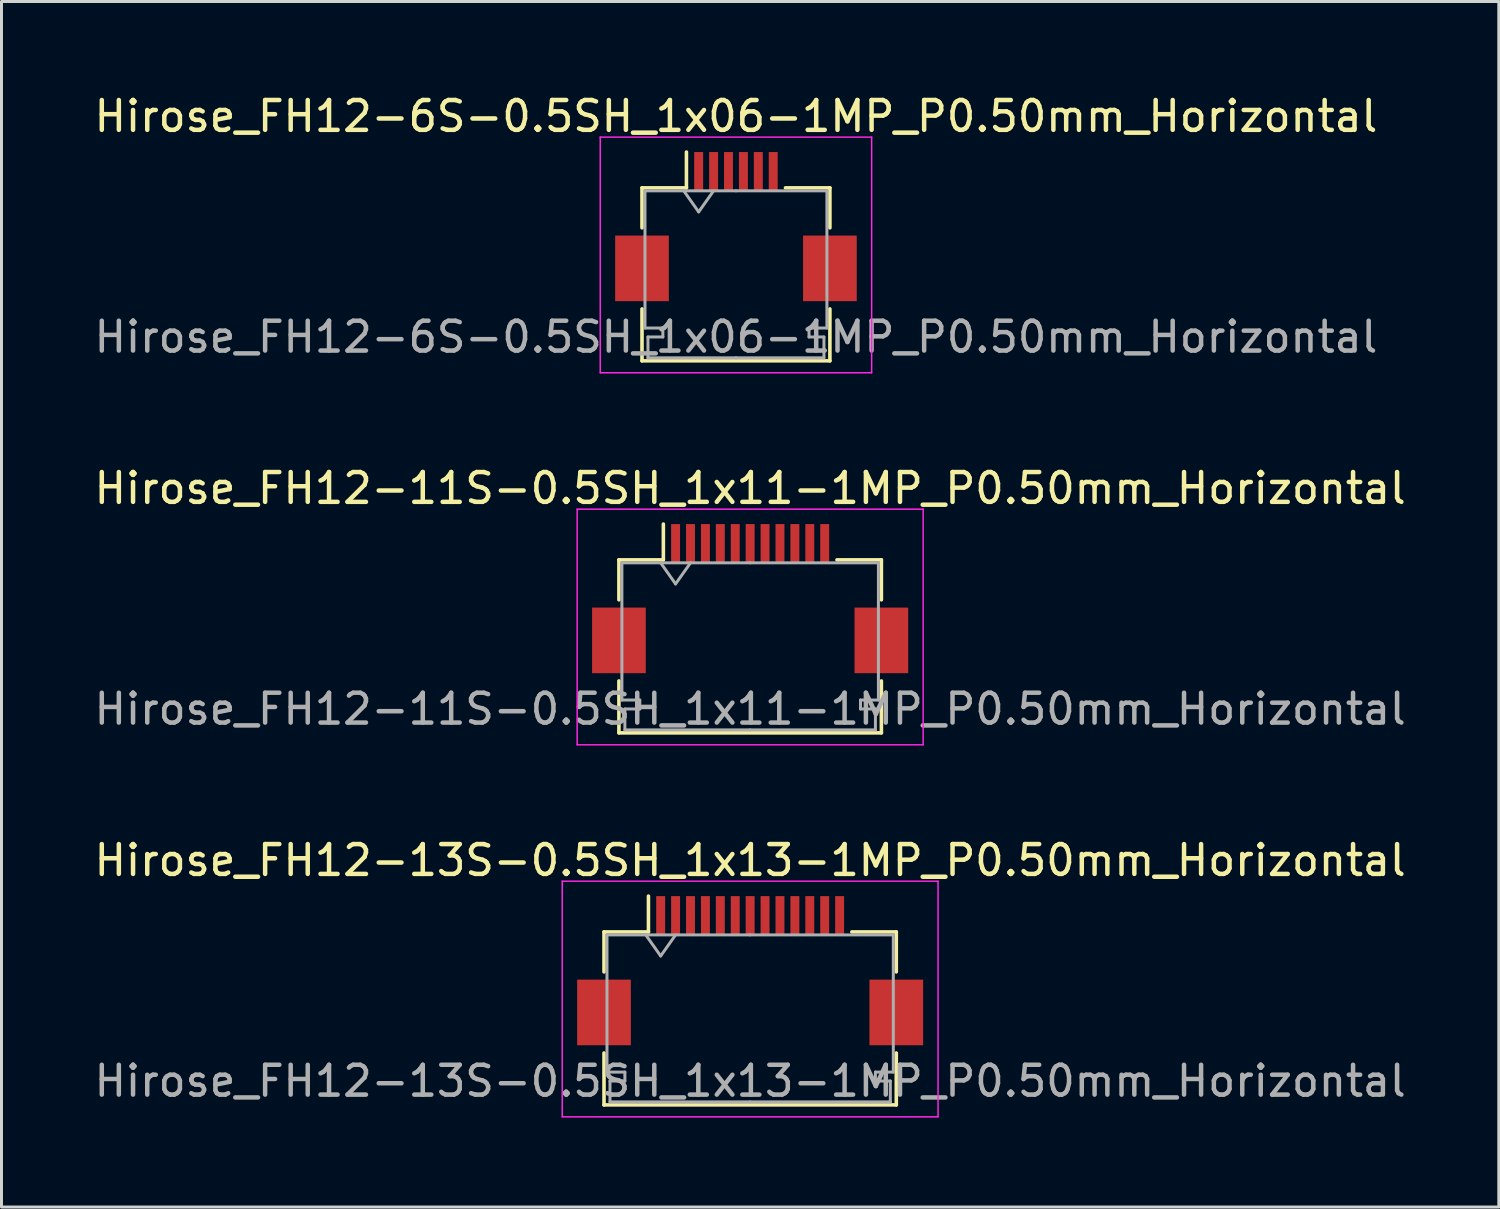
<source format=kicad_pcb>
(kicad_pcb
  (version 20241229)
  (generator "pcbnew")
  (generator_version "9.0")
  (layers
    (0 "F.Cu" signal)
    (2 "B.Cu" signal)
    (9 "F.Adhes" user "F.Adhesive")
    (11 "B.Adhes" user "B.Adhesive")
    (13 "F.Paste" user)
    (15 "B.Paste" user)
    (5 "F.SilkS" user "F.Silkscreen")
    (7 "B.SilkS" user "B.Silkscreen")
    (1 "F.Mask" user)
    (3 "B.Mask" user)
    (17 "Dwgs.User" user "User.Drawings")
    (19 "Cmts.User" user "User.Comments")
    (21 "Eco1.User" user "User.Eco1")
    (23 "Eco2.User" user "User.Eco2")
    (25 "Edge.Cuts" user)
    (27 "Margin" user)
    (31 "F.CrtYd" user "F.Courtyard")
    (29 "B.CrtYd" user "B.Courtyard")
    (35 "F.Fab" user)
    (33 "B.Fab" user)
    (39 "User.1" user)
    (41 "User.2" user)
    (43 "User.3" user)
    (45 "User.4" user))
  (footprint "Hirose_FH12-13S-0.5SH_1x13-1MP_P0.50mm_Horizontal"
    (layer "F.Cu")
    (at 22.101 29.495)
    (property "Reference" "Hirose_FH12-13S-0.5SH_1x13-1MP_P0.50mm_Horizontal" (at 0 -3.7 0) (layer "F.SilkS") (effects (font (size 1 1) (thickness 0.15))))
    (attr smd)
    (fp_line (start -4.9 -1.3) (end -4.9 0.04) (stroke (width 0.12) (type solid)) (layer "F.SilkS"))
    (fp_line (start -4.9 2.76) (end -4.9 4.5) (stroke (width 0.12) (type solid)) (layer "F.SilkS"))
    (fp_line (start -4.9 4.5) (end 4.9 4.5) (stroke (width 0.12) (type solid)) (layer "F.SilkS"))
    (fp_line (start -3.41 -1.3) (end -4.9 -1.3) (stroke (width 0.12) (type solid)) (layer "F.SilkS"))
    (fp_line (start -3.41 -1.3) (end -3.41 -2.5) (stroke (width 0.12) (type solid)) (layer "F.SilkS"))
    (fp_line (start 3.41 -1.3) (end 4.9 -1.3) (stroke (width 0.12) (type solid)) (layer "F.SilkS"))
    (fp_line (start 4.9 -1.3) (end 4.9 0.04) (stroke (width 0.12) (type solid)) (layer "F.SilkS"))
    (fp_line (start 4.9 4.5) (end 4.9 2.76) (stroke (width 0.12) (type solid)) (layer "F.SilkS"))
    (fp_line (start -6.3 -3) (end -6.3 4.9) (stroke (width 0.05) (type solid)) (layer "F.CrtYd"))
    (fp_line (start -6.3 4.9) (end 6.3 4.9) (stroke (width 0.05) (type solid)) (layer "F.CrtYd"))
    (fp_line (start 6.3 -3) (end -6.3 -3) (stroke (width 0.05) (type solid)) (layer "F.CrtYd"))
    (fp_line (start 6.3 4.9) (end 6.3 -3) (stroke (width 0.05) (type solid)) (layer "F.CrtYd"))
    (fp_line (start -4.8 -1.2) (end -4.8 3.4) (stroke (width 0.1) (type solid)) (layer "F.Fab"))
    (fp_line (start -4.8 3.4) (end -4.2 3.4) (stroke (width 0.1) (type solid)) (layer "F.Fab"))
    (fp_line (start -4.7 3.7) (end -4.7 4.4) (stroke (width 0.1) (type solid)) (layer "F.Fab"))
    (fp_line (start -4.7 4.4) (end 0 4.4) (stroke (width 0.1) (type solid)) (layer "F.Fab"))
    (fp_line (start -4.2 3.4) (end -4.2 3.7) (stroke (width 0.1) (type solid)) (layer "F.Fab"))
    (fp_line (start -4.2 3.7) (end -4.7 3.7) (stroke (width 0.1) (type solid)) (layer "F.Fab"))
    (fp_line (start -3.5 -1.2) (end -3 -0.493) (stroke (width 0.1) (type solid)) (layer "F.Fab"))
    (fp_line (start -3 -0.493) (end -2.5 -1.2) (stroke (width 0.1) (type solid)) (layer "F.Fab"))
    (fp_line (start 0 -1.2) (end -4.8 -1.2) (stroke (width 0.1) (type solid)) (layer "F.Fab"))
    (fp_line (start 0 -1.2) (end 4.8 -1.2) (stroke (width 0.1) (type solid)) (layer "F.Fab"))
    (fp_line (start 4.2 3.4) (end 4.2 3.7) (stroke (width 0.1) (type solid)) (layer "F.Fab"))
    (fp_line (start 4.2 3.7) (end 4.7 3.7) (stroke (width 0.1) (type solid)) (layer "F.Fab"))
    (fp_line (start 4.7 3.7) (end 4.7 4.4) (stroke (width 0.1) (type solid)) (layer "F.Fab"))
    (fp_line (start 4.7 4.4) (end 0 4.4) (stroke (width 0.1) (type solid)) (layer "F.Fab"))
    (fp_line (start 4.8 -1.2) (end 4.8 3.4) (stroke (width 0.1) (type solid)) (layer "F.Fab"))
    (fp_line (start 4.8 3.4) (end 4.2 3.4) (stroke (width 0.1) (type solid)) (layer "F.Fab"))
    (fp_text user "${REFERENCE}" (at 0 3.7 0) (layer "F.Fab") (effects (font (size 1 1) (thickness 0.15))))
    (pad "1" smd rect (at -3 -1.85) (size 0.3 1.3) (layers "F.Cu" "F.Mask" "F.Paste"))
    (pad "2" smd rect (at -2.5 -1.85) (size 0.3 1.3) (layers "F.Cu" "F.Mask" "F.Paste"))
    (pad "3" smd rect (at -2 -1.85) (size 0.3 1.3) (layers "F.Cu" "F.Mask" "F.Paste"))
    (pad "4" smd rect (at -1.5 -1.85) (size 0.3 1.3) (layers "F.Cu" "F.Mask" "F.Paste"))
    (pad "5" smd rect (at -1 -1.85) (size 0.3 1.3) (layers "F.Cu" "F.Mask" "F.Paste"))
    (pad "6" smd rect (at -0.5 -1.85) (size 0.3 1.3) (layers "F.Cu" "F.Mask" "F.Paste"))
    (pad "7" smd rect (at 0 -1.85) (size 0.3 1.3) (layers "F.Cu" "F.Mask" "F.Paste"))
    (pad "8" smd rect (at 0.5 -1.85) (size 0.3 1.3) (layers "F.Cu" "F.Mask" "F.Paste"))
    (pad "9" smd rect (at 1 -1.85) (size 0.3 1.3) (layers "F.Cu" "F.Mask" "F.Paste"))
    (pad "10" smd rect (at 1.5 -1.85) (size 0.3 1.3) (layers "F.Cu" "F.Mask" "F.Paste"))
    (pad "11" smd rect (at 2 -1.85) (size 0.3 1.3) (layers "F.Cu" "F.Mask" "F.Paste"))
    (pad "12" smd rect (at 2.5 -1.85) (size 0.3 1.3) (layers "F.Cu" "F.Mask" "F.Paste"))
    (pad "13" smd rect (at 3 -1.85) (size 0.3 1.3) (layers "F.Cu" "F.Mask" "F.Paste"))
    (pad "MP" smd rect (at -4.9 1.4) (size 1.8 2.2) (layers "F.Cu" "F.Mask" "F.Paste"))
    (pad "MP" smd rect (at 4.9 1.4) (size 1.8 2.2) (layers "F.Cu" "F.Mask" "F.Paste")))
  (footprint "Hirose_FH12-11S-0.5SH_1x11-1MP_P0.50mm_Horizontal"
    (layer "F.Cu")
    (at 22.101 17.021)
    (property "Reference" "Hirose_FH12-11S-0.5SH_1x11-1MP_P0.50mm_Horizontal" (at 0 -3.7 0) (layer "F.SilkS") (effects (font (size 1 1) (thickness 0.15))))
    (attr smd)
    (fp_line (start -4.4 -1.3) (end -4.4 0.04) (stroke (width 0.12) (type solid)) (layer "F.SilkS"))
    (fp_line (start -4.4 2.76) (end -4.4 4.5) (stroke (width 0.12) (type solid)) (layer "F.SilkS"))
    (fp_line (start -4.4 4.5) (end 4.4 4.5) (stroke (width 0.12) (type solid)) (layer "F.SilkS"))
    (fp_line (start -2.91 -1.3) (end -4.4 -1.3) (stroke (width 0.12) (type solid)) (layer "F.SilkS"))
    (fp_line (start -2.91 -1.3) (end -2.91 -2.5) (stroke (width 0.12) (type solid)) (layer "F.SilkS"))
    (fp_line (start 2.91 -1.3) (end 4.4 -1.3) (stroke (width 0.12) (type solid)) (layer "F.SilkS"))
    (fp_line (start 4.4 -1.3) (end 4.4 0.04) (stroke (width 0.12) (type solid)) (layer "F.SilkS"))
    (fp_line (start 4.4 4.5) (end 4.4 2.76) (stroke (width 0.12) (type solid)) (layer "F.SilkS"))
    (fp_line (start -5.8 -3) (end -5.8 4.9) (stroke (width 0.05) (type solid)) (layer "F.CrtYd"))
    (fp_line (start -5.8 4.9) (end 5.8 4.9) (stroke (width 0.05) (type solid)) (layer "F.CrtYd"))
    (fp_line (start 5.8 -3) (end -5.8 -3) (stroke (width 0.05) (type solid)) (layer "F.CrtYd"))
    (fp_line (start 5.8 4.9) (end 5.8 -3) (stroke (width 0.05) (type solid)) (layer "F.CrtYd"))
    (fp_line (start -4.3 -1.2) (end -4.3 3.4) (stroke (width 0.1) (type solid)) (layer "F.Fab"))
    (fp_line (start -4.3 3.4) (end -3.7 3.4) (stroke (width 0.1) (type solid)) (layer "F.Fab"))
    (fp_line (start -4.2 3.7) (end -4.2 4.4) (stroke (width 0.1) (type solid)) (layer "F.Fab"))
    (fp_line (start -4.2 4.4) (end 0 4.4) (stroke (width 0.1) (type solid)) (layer "F.Fab"))
    (fp_line (start -3.7 3.4) (end -3.7 3.7) (stroke (width 0.1) (type solid)) (layer "F.Fab"))
    (fp_line (start -3.7 3.7) (end -4.2 3.7) (stroke (width 0.1) (type solid)) (layer "F.Fab"))
    (fp_line (start -3 -1.2) (end -2.5 -0.493) (stroke (width 0.1) (type solid)) (layer "F.Fab"))
    (fp_line (start -2.5 -0.493) (end -2 -1.2) (stroke (width 0.1) (type solid)) (layer "F.Fab"))
    (fp_line (start 0 -1.2) (end -4.3 -1.2) (stroke (width 0.1) (type solid)) (layer "F.Fab"))
    (fp_line (start 0 -1.2) (end 4.3 -1.2) (stroke (width 0.1) (type solid)) (layer "F.Fab"))
    (fp_line (start 3.7 3.4) (end 3.7 3.7) (stroke (width 0.1) (type solid)) (layer "F.Fab"))
    (fp_line (start 3.7 3.7) (end 4.2 3.7) (stroke (width 0.1) (type solid)) (layer "F.Fab"))
    (fp_line (start 4.2 3.7) (end 4.2 4.4) (stroke (width 0.1) (type solid)) (layer "F.Fab"))
    (fp_line (start 4.2 4.4) (end 0 4.4) (stroke (width 0.1) (type solid)) (layer "F.Fab"))
    (fp_line (start 4.3 -1.2) (end 4.3 3.4) (stroke (width 0.1) (type solid)) (layer "F.Fab"))
    (fp_line (start 4.3 3.4) (end 3.7 3.4) (stroke (width 0.1) (type solid)) (layer "F.Fab"))
    (fp_text user "${REFERENCE}" (at 0 3.7 0) (layer "F.Fab") (effects (font (size 1 1) (thickness 0.15))))
    (pad "1" smd rect (at -2.5 -1.85) (size 0.3 1.3) (layers "F.Cu" "F.Mask" "F.Paste"))
    (pad "2" smd rect (at -2 -1.85) (size 0.3 1.3) (layers "F.Cu" "F.Mask" "F.Paste"))
    (pad "3" smd rect (at -1.5 -1.85) (size 0.3 1.3) (layers "F.Cu" "F.Mask" "F.Paste"))
    (pad "4" smd rect (at -1 -1.85) (size 0.3 1.3) (layers "F.Cu" "F.Mask" "F.Paste"))
    (pad "5" smd rect (at -0.5 -1.85) (size 0.3 1.3) (layers "F.Cu" "F.Mask" "F.Paste"))
    (pad "6" smd rect (at 0 -1.85) (size 0.3 1.3) (layers "F.Cu" "F.Mask" "F.Paste"))
    (pad "7" smd rect (at 0.5 -1.85) (size 0.3 1.3) (layers "F.Cu" "F.Mask" "F.Paste"))
    (pad "8" smd rect (at 1 -1.85) (size 0.3 1.3) (layers "F.Cu" "F.Mask" "F.Paste"))
    (pad "9" smd rect (at 1.5 -1.85) (size 0.3 1.3) (layers "F.Cu" "F.Mask" "F.Paste"))
    (pad "10" smd rect (at 2 -1.85) (size 0.3 1.3) (layers "F.Cu" "F.Mask" "F.Paste"))
    (pad "11" smd rect (at 2.5 -1.85) (size 0.3 1.3) (layers "F.Cu" "F.Mask" "F.Paste"))
    (pad "MP" smd rect (at -4.4 1.4) (size 1.8 2.2) (layers "F.Cu" "F.Mask" "F.Paste"))
    (pad "MP" smd rect (at 4.4 1.4) (size 1.8 2.2) (layers "F.Cu" "F.Mask" "F.Paste")))
  (footprint "Hirose_FH12-6S-0.5SH_1x06-1MP_P0.50mm_Horizontal"
    (layer "F.Cu")
    (at 21.625 4.548)
    (property "Reference" "Hirose_FH12-6S-0.5SH_1x06-1MP_P0.50mm_Horizontal" (at 0 -3.7 0) (layer "F.SilkS") (effects (font (size 1 1) (thickness 0.15))))
    (attr smd)
    (fp_line (start -3.15 -1.3) (end -3.15 0.04) (stroke (width 0.12) (type solid)) (layer "F.SilkS"))
    (fp_line (start -3.15 2.76) (end -3.15 4.5) (stroke (width 0.12) (type solid)) (layer "F.SilkS"))
    (fp_line (start -3.15 4.5) (end 3.15 4.5) (stroke (width 0.12) (type solid)) (layer "F.SilkS"))
    (fp_line (start -1.66 -1.3) (end -3.15 -1.3) (stroke (width 0.12) (type solid)) (layer "F.SilkS"))
    (fp_line (start -1.66 -1.3) (end -1.66 -2.5) (stroke (width 0.12) (type solid)) (layer "F.SilkS"))
    (fp_line (start 1.66 -1.3) (end 3.15 -1.3) (stroke (width 0.12) (type solid)) (layer "F.SilkS"))
    (fp_line (start 3.15 -1.3) (end 3.15 0.04) (stroke (width 0.12) (type solid)) (layer "F.SilkS"))
    (fp_line (start 3.15 4.5) (end 3.15 2.76) (stroke (width 0.12) (type solid)) (layer "F.SilkS"))
    (fp_line (start -4.55 -3) (end -4.55 4.9) (stroke (width 0.05) (type solid)) (layer "F.CrtYd"))
    (fp_line (start -4.55 4.9) (end 4.55 4.9) (stroke (width 0.05) (type solid)) (layer "F.CrtYd"))
    (fp_line (start 4.55 -3) (end -4.55 -3) (stroke (width 0.05) (type solid)) (layer "F.CrtYd"))
    (fp_line (start 4.55 4.9) (end 4.55 -3) (stroke (width 0.05) (type solid)) (layer "F.CrtYd"))
    (fp_line (start -3.05 -1.2) (end -3.05 3.4) (stroke (width 0.1) (type solid)) (layer "F.Fab"))
    (fp_line (start -3.05 3.4) (end -2.45 3.4) (stroke (width 0.1) (type solid)) (layer "F.Fab"))
    (fp_line (start -2.95 3.7) (end -2.95 4.4) (stroke (width 0.1) (type solid)) (layer "F.Fab"))
    (fp_line (start -2.95 4.4) (end 0 4.4) (stroke (width 0.1) (type solid)) (layer "F.Fab"))
    (fp_line (start -2.45 3.4) (end -2.45 3.7) (stroke (width 0.1) (type solid)) (layer "F.Fab"))
    (fp_line (start -2.45 3.7) (end -2.95 3.7) (stroke (width 0.1) (type solid)) (layer "F.Fab"))
    (fp_line (start -1.75 -1.2) (end -1.25 -0.493) (stroke (width 0.1) (type solid)) (layer "F.Fab"))
    (fp_line (start -1.25 -0.493) (end -0.75 -1.2) (stroke (width 0.1) (type solid)) (layer "F.Fab"))
    (fp_line (start 0 -1.2) (end -3.05 -1.2) (stroke (width 0.1) (type solid)) (layer "F.Fab"))
    (fp_line (start 0 -1.2) (end 3.05 -1.2) (stroke (width 0.1) (type solid)) (layer "F.Fab"))
    (fp_line (start 2.45 3.4) (end 2.45 3.7) (stroke (width 0.1) (type solid)) (layer "F.Fab"))
    (fp_line (start 2.45 3.7) (end 2.95 3.7) (stroke (width 0.1) (type solid)) (layer "F.Fab"))
    (fp_line (start 2.95 3.7) (end 2.95 4.4) (stroke (width 0.1) (type solid)) (layer "F.Fab"))
    (fp_line (start 2.95 4.4) (end 0 4.4) (stroke (width 0.1) (type solid)) (layer "F.Fab"))
    (fp_line (start 3.05 -1.2) (end 3.05 3.4) (stroke (width 0.1) (type solid)) (layer "F.Fab"))
    (fp_line (start 3.05 3.4) (end 2.45 3.4) (stroke (width 0.1) (type solid)) (layer "F.Fab"))
    (fp_text user "${REFERENCE}" (at 0 3.7 0) (layer "F.Fab") (effects (font (size 1 1) (thickness 0.15))))
    (pad "1" smd rect (at -1.25 -1.85) (size 0.3 1.3) (layers "F.Cu" "F.Mask" "F.Paste"))
    (pad "2" smd rect (at -0.75 -1.85) (size 0.3 1.3) (layers "F.Cu" "F.Mask" "F.Paste"))
    (pad "3" smd rect (at -0.25 -1.85) (size 0.3 1.3) (layers "F.Cu" "F.Mask" "F.Paste"))
    (pad "4" smd rect (at 0.25 -1.85) (size 0.3 1.3) (layers "F.Cu" "F.Mask" "F.Paste"))
    (pad "5" smd rect (at 0.75 -1.85) (size 0.3 1.3) (layers "F.Cu" "F.Mask" "F.Paste"))
    (pad "6" smd rect (at 1.25 -1.85) (size 0.3 1.3) (layers "F.Cu" "F.Mask" "F.Paste"))
    (pad "MP" smd rect (at -3.15 1.4) (size 1.8 2.2) (layers "F.Cu" "F.Mask" "F.Paste"))
    (pad "MP" smd rect (at 3.15 1.4) (size 1.8 2.2) (layers "F.Cu" "F.Mask" "F.Paste")))
  (gr_rect
    (start -3 -3)
    (end 47.202 37.42)
    (stroke (width 0.1) (type default))
    (fill no)
    (layer "Edge.Cuts")))
</source>
